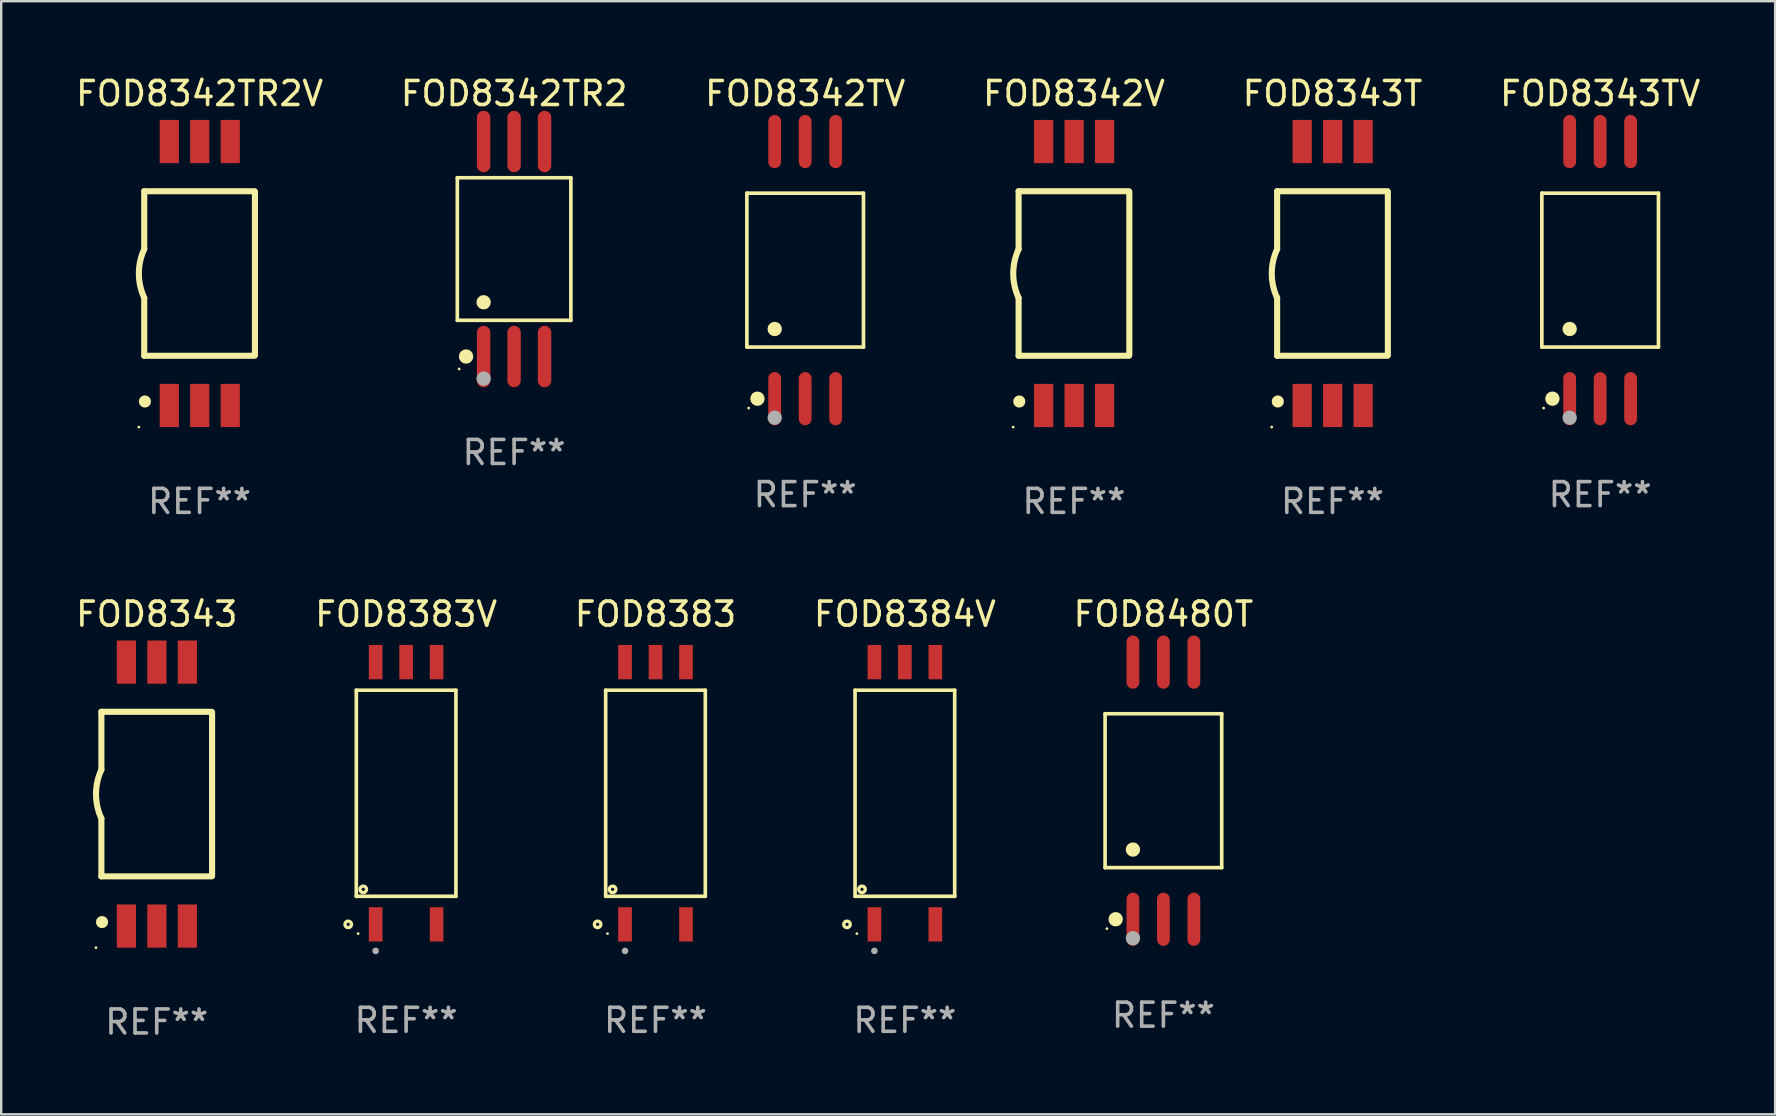
<source format=kicad_pcb>
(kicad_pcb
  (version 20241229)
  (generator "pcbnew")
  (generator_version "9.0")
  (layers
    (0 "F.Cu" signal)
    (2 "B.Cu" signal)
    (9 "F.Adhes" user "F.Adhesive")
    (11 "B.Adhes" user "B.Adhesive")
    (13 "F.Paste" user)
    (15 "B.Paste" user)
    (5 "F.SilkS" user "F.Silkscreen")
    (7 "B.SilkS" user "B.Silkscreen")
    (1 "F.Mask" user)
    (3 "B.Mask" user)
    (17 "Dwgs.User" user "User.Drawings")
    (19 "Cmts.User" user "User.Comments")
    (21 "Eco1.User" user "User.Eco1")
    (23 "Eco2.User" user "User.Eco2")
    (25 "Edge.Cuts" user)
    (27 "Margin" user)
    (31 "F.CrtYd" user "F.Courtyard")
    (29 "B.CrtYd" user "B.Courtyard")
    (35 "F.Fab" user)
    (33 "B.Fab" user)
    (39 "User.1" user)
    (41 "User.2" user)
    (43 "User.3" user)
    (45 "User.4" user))
  (footprint "FOD8342TV"
    (layer "F.Cu")
    (at 30.506 8.207)
    (property "Reference" "FOD8342TV" (at 0 -7.358 0) (layer "F.SilkS") (effects (font (size 1 1) (thickness 0.15))))
    (attr through_hole)
    (fp_line (start -2.43 -3.207) (end 2.43 -3.207) (stroke (width 0.152) (type solid)) (layer "F.SilkS"))
    (fp_line (start -2.43 3.207) (end -2.43 -3.207) (stroke (width 0.152) (type solid)) (layer "F.SilkS"))
    (fp_line (start 2.43 -3.207) (end 2.43 3.207) (stroke (width 0.152) (type solid)) (layer "F.SilkS"))
    (fp_line (start 2.43 3.207) (end -2.43 3.207) (stroke (width 0.152) (type solid)) (layer "F.SilkS"))
    (fp_circle (center -2.354 5.75) (end -2.324 5.75) (stroke (width 0.06) (type solid)) (fill no) (layer "F.SilkS"))
    (fp_circle (center -1.989 5.358) (end -1.839 5.358) (stroke (width 0.3) (type solid)) (fill no) (layer "F.SilkS"))
    (fp_circle (center -1.27 2.454) (end -1.12 2.454) (stroke (width 0.3) (type solid)) (fill no) (layer "F.SilkS"))
    (fp_circle (center -1.27 6.15) (end -1.12 6.15) (stroke (width 0.3) (type solid)) (fill no) (layer "F.Fab"))
    (fp_text user "REF**" (at 0 9.358 0) (layer "F.Fab") (effects (font (size 1 1) (thickness 0.15))))
    (pad "1" smd oval (at -1.27 5.358) (size 0.533 2.217) (layers "F.Cu" "F.Mask" "F.Paste"))
    (pad "2" smd oval (at 0 5.358) (size 0.533 2.217) (layers "F.Cu" "F.Mask" "F.Paste"))
    (pad "3" smd oval (at 1.27 5.358) (size 0.533 2.217) (layers "F.Cu" "F.Mask" "F.Paste"))
    (pad "4" smd oval (at 1.27 -5.358) (size 0.533 2.217) (layers "F.Cu" "F.Mask" "F.Paste"))
    (pad "5" smd oval (at 0 -5.358) (size 0.533 2.217) (layers "F.Cu" "F.Mask" "F.Paste"))
    (pad "6" smd oval (at -1.27 -5.358) (size 0.533 2.217) (layers "F.Cu" "F.Mask" "F.Paste")))
  (footprint "FOD8343"
    (layer "F.Cu")
    (at 3.482 30.044)
    (property "Reference" "FOD8343" (at 0 -7.5 0) (layer "F.SilkS") (effects (font (size 1 1) (thickness 0.15))))
    (attr through_hole)
    (fp_line (start -2.307 -3.429) (end -2.307 -1.016) (stroke (width 0.254) (type solid)) (layer "F.SilkS"))
    (fp_line (start -2.307 -3.429) (end 2.293 -3.429) (stroke (width 0.254) (type solid)) (layer "F.SilkS"))
    (fp_line (start -2.307 3.429) (end -2.307 1.016) (stroke (width 0.254) (type solid)) (layer "F.SilkS"))
    (fp_line (start 2.293 3.429) (end -2.307 3.429) (stroke (width 0.254) (type solid)) (layer "F.SilkS"))
    (fp_line (start 2.307 -3.4) (end 2.307 3.4) (stroke (width 0.254) (type solid)) (layer "F.SilkS"))
    (fp_arc (start -2.306973 1.016002) (mid -2.53069 0.000003) (end -2.306998 -1.016002) (stroke (width 0.254001) (type solid)) (layer "F.SilkS"))
    (fp_circle (center -2.533 6.4) (end -2.503 6.4) (stroke (width 0.06) (type solid)) (fill no) (layer "F.SilkS"))
    (fp_circle (center -2.279 5.334) (end -2.152 5.334) (stroke (width 0.254) (type solid)) (fill no) (layer "F.SilkS"))
    (fp_text user "REF**" (at 0 9.5 0) (layer "F.Fab") (effects (font (size 1 1) (thickness 0.15))))
    (pad "1" smd rect (at -1.263 5.5 180) (size 0.8 1.8) (layers "F.Cu" "F.Mask" "F.Paste"))
    (pad "2" smd rect (at 0.007 5.5 180) (size 0.8 1.8) (layers "F.Cu" "F.Mask" "F.Paste"))
    (pad "3" smd rect (at 1.277 5.5 180) (size 0.8 1.8) (layers "F.Cu" "F.Mask" "F.Paste"))
    (pad "4" smd rect (at 1.277 -5.5 180) (size 0.8 1.8) (layers "F.Cu" "F.Mask" "F.Paste"))
    (pad "5" smd rect (at 0.007 -5.5 180) (size 0.8 1.8) (layers "F.Cu" "F.Mask" "F.Paste"))
    (pad "6" smd rect (at -1.263 -5.5 180) (size 0.8 1.8) (layers "F.Cu" "F.Mask" "F.Paste")))
  (footprint "FOD8480T"
    (layer "F.Cu")
    (at 45.435 29.902)
    (property "Reference" "FOD8480T" (at 0 -7.358 0) (layer "F.SilkS") (effects (font (size 1 1) (thickness 0.15))))
    (attr through_hole)
    (fp_line (start -2.43 -3.207) (end 2.43 -3.207) (stroke (width 0.152) (type solid)) (layer "F.SilkS"))
    (fp_line (start -2.43 3.207) (end -2.43 -3.207) (stroke (width 0.152) (type solid)) (layer "F.SilkS"))
    (fp_line (start 2.43 -3.207) (end 2.43 3.207) (stroke (width 0.152) (type solid)) (layer "F.SilkS"))
    (fp_line (start 2.43 3.207) (end -2.43 3.207) (stroke (width 0.152) (type solid)) (layer "F.SilkS"))
    (fp_circle (center -2.354 5.75) (end -2.324 5.75) (stroke (width 0.06) (type solid)) (fill no) (layer "F.SilkS"))
    (fp_circle (center -1.989 5.358) (end -1.839 5.358) (stroke (width 0.3) (type solid)) (fill no) (layer "F.SilkS"))
    (fp_circle (center -1.27 2.454) (end -1.12 2.454) (stroke (width 0.3) (type solid)) (fill no) (layer "F.SilkS"))
    (fp_circle (center -1.27 6.15) (end -1.12 6.15) (stroke (width 0.3) (type solid)) (fill no) (layer "F.Fab"))
    (fp_text user "REF**" (at 0 9.358 0) (layer "F.Fab") (effects (font (size 1 1) (thickness 0.15))))
    (pad "1" smd oval (at -1.27 5.358) (size 0.533 2.217) (layers "F.Cu" "F.Mask" "F.Paste"))
    (pad "2" smd oval (at 0 5.358) (size 0.533 2.217) (layers "F.Cu" "F.Mask" "F.Paste"))
    (pad "3" smd oval (at 1.27 5.358) (size 0.533 2.217) (layers "F.Cu" "F.Mask" "F.Paste"))
    (pad "4" smd oval (at 1.27 -5.358) (size 0.533 2.217) (layers "F.Cu" "F.Mask" "F.Paste"))
    (pad "5" smd oval (at 0 -5.358) (size 0.533 2.217) (layers "F.Cu" "F.Mask" "F.Paste"))
    (pad "6" smd oval (at -1.27 -5.358) (size 0.533 2.217) (layers "F.Cu" "F.Mask" "F.Paste")))
  (footprint "FOD8343TV"
    (layer "F.Cu")
    (at 63.637 8.207)
    (property "Reference" "FOD8343TV" (at 0 -7.358 0) (layer "F.SilkS") (effects (font (size 1 1) (thickness 0.15))))
    (attr through_hole)
    (fp_line (start -2.43 -3.207) (end 2.43 -3.207) (stroke (width 0.152) (type solid)) (layer "F.SilkS"))
    (fp_line (start -2.43 3.207) (end -2.43 -3.207) (stroke (width 0.152) (type solid)) (layer "F.SilkS"))
    (fp_line (start 2.43 -3.207) (end 2.43 3.207) (stroke (width 0.152) (type solid)) (layer "F.SilkS"))
    (fp_line (start 2.43 3.207) (end -2.43 3.207) (stroke (width 0.152) (type solid)) (layer "F.SilkS"))
    (fp_circle (center -2.354 5.75) (end -2.324 5.75) (stroke (width 0.06) (type solid)) (fill no) (layer "F.SilkS"))
    (fp_circle (center -1.989 5.358) (end -1.839 5.358) (stroke (width 0.3) (type solid)) (fill no) (layer "F.SilkS"))
    (fp_circle (center -1.27 2.454) (end -1.12 2.454) (stroke (width 0.3) (type solid)) (fill no) (layer "F.SilkS"))
    (fp_circle (center -1.27 6.15) (end -1.12 6.15) (stroke (width 0.3) (type solid)) (fill no) (layer "F.Fab"))
    (fp_text user "REF**" (at 0 9.358 0) (layer "F.Fab") (effects (font (size 1 1) (thickness 0.15))))
    (pad "1" smd oval (at -1.27 5.358) (size 0.533 2.217) (layers "F.Cu" "F.Mask" "F.Paste"))
    (pad "2" smd oval (at 0 5.358) (size 0.533 2.217) (layers "F.Cu" "F.Mask" "F.Paste"))
    (pad "3" smd oval (at 1.27 5.358) (size 0.533 2.217) (layers "F.Cu" "F.Mask" "F.Paste"))
    (pad "4" smd oval (at 1.27 -5.358) (size 0.533 2.217) (layers "F.Cu" "F.Mask" "F.Paste"))
    (pad "5" smd oval (at 0 -5.358) (size 0.533 2.217) (layers "F.Cu" "F.Mask" "F.Paste"))
    (pad "6" smd oval (at -1.27 -5.358) (size 0.533 2.217) (layers "F.Cu" "F.Mask" "F.Paste")))
  (footprint "FOD8384V"
    (layer "F.Cu")
    (at 34.661 30.009)
    (property "Reference" "FOD8384V" (at 0 -7.465 0) (layer "F.SilkS") (effects (font (size 1 1) (thickness 0.15))))
    (attr through_hole)
    (fp_line (start -2.076 -4.295) (end 2.076 -4.295) (stroke (width 0.152) (type solid)) (layer "F.SilkS"))
    (fp_line (start -2.076 4.295) (end -2.076 -4.295) (stroke (width 0.152) (type solid)) (layer "F.SilkS"))
    (fp_line (start 2.076 -4.295) (end 2.076 4.295) (stroke (width 0.152) (type solid)) (layer "F.SilkS"))
    (fp_line (start 2.076 4.295) (end -2.076 4.295) (stroke (width 0.152) (type solid)) (layer "F.SilkS"))
    (fp_circle (center -2.412 5.465) (end -2.344 5.465) (stroke (width 0.138) (type solid)) (fill no) (layer "F.SilkS"))
    (fp_circle (center -2 5.85) (end -1.97 5.85) (stroke (width 0.06) (type solid)) (fill no) (layer "F.SilkS"))
    (fp_circle (center -1.786 4.005) (end -1.718 4.005) (stroke (width 0.138) (type solid)) (fill no) (layer "F.SilkS"))
    (fp_circle (center -1.27 6.571) (end -1.201 6.571) (stroke (width 0.138) (type solid)) (fill no) (layer "F.Fab"))
    (fp_text user "REF**" (at 0 9.465 0) (layer "F.Fab") (effects (font (size 1 1) (thickness 0.15))))
    (pad "1" smd rect (at -1.27 5.465) (size 0.568 1.43) (layers "F.Cu" "F.Mask" "F.Paste"))
    (pad "3" smd rect (at 1.27 5.465) (size 0.568 1.43) (layers "F.Cu" "F.Mask" "F.Paste"))
    (pad "4" smd rect (at 1.27 -5.465) (size 0.568 1.43) (layers "F.Cu" "F.Mask" "F.Paste"))
    (pad "5" smd rect (at 0 -5.465) (size 0.568 1.43) (layers "F.Cu" "F.Mask" "F.Paste"))
    (pad "6" smd rect (at -1.27 -5.465) (size 0.568 1.43) (layers "F.Cu" "F.Mask" "F.Paste")))
  (footprint "FOD8383V"
    (layer "F.Cu")
    (at 13.875 30.009)
    (property "Reference" "FOD8383V" (at 0 -7.465 0) (layer "F.SilkS") (effects (font (size 1 1) (thickness 0.15))))
    (attr through_hole)
    (fp_line (start -2.076 -4.295) (end 2.076 -4.295) (stroke (width 0.152) (type solid)) (layer "F.SilkS"))
    (fp_line (start -2.076 4.295) (end -2.076 -4.295) (stroke (width 0.152) (type solid)) (layer "F.SilkS"))
    (fp_line (start 2.076 -4.295) (end 2.076 4.295) (stroke (width 0.152) (type solid)) (layer "F.SilkS"))
    (fp_line (start 2.076 4.295) (end -2.076 4.295) (stroke (width 0.152) (type solid)) (layer "F.SilkS"))
    (fp_circle (center -2.412 5.465) (end -2.344 5.465) (stroke (width 0.138) (type solid)) (fill no) (layer "F.SilkS"))
    (fp_circle (center -2 5.85) (end -1.97 5.85) (stroke (width 0.06) (type solid)) (fill no) (layer "F.SilkS"))
    (fp_circle (center -1.786 4.005) (end -1.718 4.005) (stroke (width 0.138) (type solid)) (fill no) (layer "F.SilkS"))
    (fp_circle (center -1.27 6.571) (end -1.201 6.571) (stroke (width 0.138) (type solid)) (fill no) (layer "F.Fab"))
    (fp_text user "REF**" (at 0 9.465 0) (layer "F.Fab") (effects (font (size 1 1) (thickness 0.15))))
    (pad "1" smd rect (at -1.27 5.465) (size 0.568 1.43) (layers "F.Cu" "F.Mask" "F.Paste"))
    (pad "3" smd rect (at 1.27 5.465) (size 0.568 1.43) (layers "F.Cu" "F.Mask" "F.Paste"))
    (pad "4" smd rect (at 1.27 -5.465) (size 0.568 1.43) (layers "F.Cu" "F.Mask" "F.Paste"))
    (pad "5" smd rect (at 0 -5.465) (size 0.568 1.43) (layers "F.Cu" "F.Mask" "F.Paste"))
    (pad "6" smd rect (at -1.27 -5.465) (size 0.568 1.43) (layers "F.Cu" "F.Mask" "F.Paste")))
  (footprint "FOD8342TR2"
    (layer "F.Cu")
    (at 18.375 7.328)
    (property "Reference" "FOD8342TR2" (at 0 -6.48 0) (layer "F.SilkS") (effects (font (size 1 1) (thickness 0.15))))
    (attr through_hole)
    (fp_line (start -2.366 -2.971) (end 2.366 -2.971) (stroke (width 0.152) (type solid)) (layer "F.SilkS"))
    (fp_line (start -2.366 2.971) (end -2.366 -2.971) (stroke (width 0.152) (type solid)) (layer "F.SilkS"))
    (fp_line (start 2.366 -2.971) (end 2.366 2.971) (stroke (width 0.152) (type solid)) (layer "F.SilkS"))
    (fp_line (start 2.366 2.971) (end -2.366 2.971) (stroke (width 0.152) (type solid)) (layer "F.SilkS"))
    (fp_circle (center -2.29 5) (end -2.26 5) (stroke (width 0.06) (type solid)) (fill no) (layer "F.SilkS"))
    (fp_circle (center -2.002 4.48) (end -1.852 4.48) (stroke (width 0.3) (type solid)) (fill no) (layer "F.SilkS"))
    (fp_circle (center -1.27 2.219) (end -1.12 2.219) (stroke (width 0.3) (type solid)) (fill no) (layer "F.SilkS"))
    (fp_circle (center -1.27 5.4) (end -1.12 5.4) (stroke (width 0.3) (type solid)) (fill no) (layer "F.Fab"))
    (fp_text user "REF**" (at 0 8.48 0) (layer "F.Fab") (effects (font (size 1 1) (thickness 0.15))))
    (pad "1" smd oval (at -1.27 4.48) (size 0.56 2.56) (layers "F.Cu" "F.Mask" "F.Paste"))
    (pad "2" smd oval (at 0 4.48) (size 0.56 2.56) (layers "F.Cu" "F.Mask" "F.Paste"))
    (pad "3" smd oval (at 1.27 4.48) (size 0.56 2.56) (layers "F.Cu" "F.Mask" "F.Paste"))
    (pad "4" smd oval (at 1.27 -4.48) (size 0.56 2.56) (layers "F.Cu" "F.Mask" "F.Paste"))
    (pad "5" smd oval (at 0 -4.48) (size 0.56 2.56) (layers "F.Cu" "F.Mask" "F.Paste"))
    (pad "6" smd oval (at -1.27 -4.48) (size 0.56 2.56) (layers "F.Cu" "F.Mask" "F.Paste")))
  (footprint "FOD8343T"
    (layer "F.Cu")
    (at 52.482 8.348)
    (property "Reference" "FOD8343T" (at 0 -7.5 0) (layer "F.SilkS") (effects (font (size 1 1) (thickness 0.15))))
    (attr through_hole)
    (fp_line (start -2.307 -3.429) (end -2.307 -1.016) (stroke (width 0.254) (type solid)) (layer "F.SilkS"))
    (fp_line (start -2.307 -3.429) (end 2.293 -3.429) (stroke (width 0.254) (type solid)) (layer "F.SilkS"))
    (fp_line (start -2.307 3.429) (end -2.307 1.016) (stroke (width 0.254) (type solid)) (layer "F.SilkS"))
    (fp_line (start 2.293 3.429) (end -2.307 3.429) (stroke (width 0.254) (type solid)) (layer "F.SilkS"))
    (fp_line (start 2.307 -3.4) (end 2.307 3.4) (stroke (width 0.254) (type solid)) (layer "F.SilkS"))
    (fp_arc (start -2.306973 1.016002) (mid -2.53069 0.000003) (end -2.306998 -1.016002) (stroke (width 0.254001) (type solid)) (layer "F.SilkS"))
    (fp_circle (center -2.533 6.4) (end -2.503 6.4) (stroke (width 0.06) (type solid)) (fill no) (layer "F.SilkS"))
    (fp_circle (center -2.279 5.334) (end -2.152 5.334) (stroke (width 0.254) (type solid)) (fill no) (layer "F.SilkS"))
    (fp_text user "REF**" (at 0 9.5 0) (layer "F.Fab") (effects (font (size 1 1) (thickness 0.15))))
    (pad "1" smd rect (at -1.263 5.5 180) (size 0.8 1.8) (layers "F.Cu" "F.Mask" "F.Paste"))
    (pad "2" smd rect (at 0.007 5.5 180) (size 0.8 1.8) (layers "F.Cu" "F.Mask" "F.Paste"))
    (pad "3" smd rect (at 1.277 5.5 180) (size 0.8 1.8) (layers "F.Cu" "F.Mask" "F.Paste"))
    (pad "4" smd rect (at 1.277 -5.5 180) (size 0.8 1.8) (layers "F.Cu" "F.Mask" "F.Paste"))
    (pad "5" smd rect (at 0.007 -5.5 180) (size 0.8 1.8) (layers "F.Cu" "F.Mask" "F.Paste"))
    (pad "6" smd rect (at -1.263 -5.5 180) (size 0.8 1.8) (layers "F.Cu" "F.Mask" "F.Paste")))
  (footprint "FOD8342TR2V"
    (layer "F.Cu")
    (at 5.268 8.348)
    (property "Reference" "FOD8342TR2V" (at 0 -7.5 0) (layer "F.SilkS") (effects (font (size 1 1) (thickness 0.15))))
    (attr through_hole)
    (fp_line (start -2.307 -3.429) (end -2.307 -1.016) (stroke (width 0.254) (type solid)) (layer "F.SilkS"))
    (fp_line (start -2.307 -3.429) (end 2.293 -3.429) (stroke (width 0.254) (type solid)) (layer "F.SilkS"))
    (fp_line (start -2.307 3.429) (end -2.307 1.016) (stroke (width 0.254) (type solid)) (layer "F.SilkS"))
    (fp_line (start 2.293 3.429) (end -2.307 3.429) (stroke (width 0.254) (type solid)) (layer "F.SilkS"))
    (fp_line (start 2.307 -3.4) (end 2.307 3.4) (stroke (width 0.254) (type solid)) (layer "F.SilkS"))
    (fp_arc (start -2.306973 1.016002) (mid -2.53069 0.000003) (end -2.306998 -1.016002) (stroke (width 0.254001) (type solid)) (layer "F.SilkS"))
    (fp_circle (center -2.533 6.4) (end -2.503 6.4) (stroke (width 0.06) (type solid)) (fill no) (layer "F.SilkS"))
    (fp_circle (center -2.279 5.334) (end -2.152 5.334) (stroke (width 0.254) (type solid)) (fill no) (layer "F.SilkS"))
    (fp_text user "REF**" (at 0 9.5 0) (layer "F.Fab") (effects (font (size 1 1) (thickness 0.15))))
    (pad "1" smd rect (at -1.263 5.5 180) (size 0.8 1.8) (layers "F.Cu" "F.Mask" "F.Paste"))
    (pad "2" smd rect (at 0.007 5.5 180) (size 0.8 1.8) (layers "F.Cu" "F.Mask" "F.Paste"))
    (pad "3" smd rect (at 1.277 5.5 180) (size 0.8 1.8) (layers "F.Cu" "F.Mask" "F.Paste"))
    (pad "4" smd rect (at 1.277 -5.5 180) (size 0.8 1.8) (layers "F.Cu" "F.Mask" "F.Paste"))
    (pad "5" smd rect (at 0.007 -5.5 180) (size 0.8 1.8) (layers "F.Cu" "F.Mask" "F.Paste"))
    (pad "6" smd rect (at -1.263 -5.5 180) (size 0.8 1.8) (layers "F.Cu" "F.Mask" "F.Paste")))
  (footprint "FOD8342V"
    (layer "F.Cu")
    (at 41.708 8.348)
    (property "Reference" "FOD8342V" (at 0 -7.5 0) (layer "F.SilkS") (effects (font (size 1 1) (thickness 0.15))))
    (attr through_hole)
    (fp_line (start -2.307 -3.429) (end -2.307 -1.016) (stroke (width 0.254) (type solid)) (layer "F.SilkS"))
    (fp_line (start -2.307 -3.429) (end 2.293 -3.429) (stroke (width 0.254) (type solid)) (layer "F.SilkS"))
    (fp_line (start -2.307 3.429) (end -2.307 1.016) (stroke (width 0.254) (type solid)) (layer "F.SilkS"))
    (fp_line (start 2.293 3.429) (end -2.307 3.429) (stroke (width 0.254) (type solid)) (layer "F.SilkS"))
    (fp_line (start 2.307 -3.4) (end 2.307 3.4) (stroke (width 0.254) (type solid)) (layer "F.SilkS"))
    (fp_arc (start -2.306973 1.016002) (mid -2.53069 0.000003) (end -2.306998 -1.016002) (stroke (width 0.254001) (type solid)) (layer "F.SilkS"))
    (fp_circle (center -2.533 6.4) (end -2.503 6.4) (stroke (width 0.06) (type solid)) (fill no) (layer "F.SilkS"))
    (fp_circle (center -2.279 5.334) (end -2.152 5.334) (stroke (width 0.254) (type solid)) (fill no) (layer "F.SilkS"))
    (fp_text user "REF**" (at 0 9.5 0) (layer "F.Fab") (effects (font (size 1 1) (thickness 0.15))))
    (pad "1" smd rect (at -1.263 5.5 180) (size 0.8 1.8) (layers "F.Cu" "F.Mask" "F.Paste"))
    (pad "2" smd rect (at 0.007 5.5 180) (size 0.8 1.8) (layers "F.Cu" "F.Mask" "F.Paste"))
    (pad "3" smd rect (at 1.277 5.5 180) (size 0.8 1.8) (layers "F.Cu" "F.Mask" "F.Paste"))
    (pad "4" smd rect (at 1.277 -5.5 180) (size 0.8 1.8) (layers "F.Cu" "F.Mask" "F.Paste"))
    (pad "5" smd rect (at 0.007 -5.5 180) (size 0.8 1.8) (layers "F.Cu" "F.Mask" "F.Paste"))
    (pad "6" smd rect (at -1.263 -5.5 180) (size 0.8 1.8) (layers "F.Cu" "F.Mask" "F.Paste")))
  (footprint "FOD8383"
    (layer "F.Cu")
    (at 24.268 30.009)
    (property "Reference" "FOD8383" (at 0 -7.465 0) (layer "F.SilkS") (effects (font (size 1 1) (thickness 0.15))))
    (attr through_hole)
    (fp_line (start -2.076 -4.295) (end 2.076 -4.295) (stroke (width 0.152) (type solid)) (layer "F.SilkS"))
    (fp_line (start -2.076 4.295) (end -2.076 -4.295) (stroke (width 0.152) (type solid)) (layer "F.SilkS"))
    (fp_line (start 2.076 -4.295) (end 2.076 4.295) (stroke (width 0.152) (type solid)) (layer "F.SilkS"))
    (fp_line (start 2.076 4.295) (end -2.076 4.295) (stroke (width 0.152) (type solid)) (layer "F.SilkS"))
    (fp_circle (center -2.412 5.465) (end -2.344 5.465) (stroke (width 0.138) (type solid)) (fill no) (layer "F.SilkS"))
    (fp_circle (center -2 5.85) (end -1.97 5.85) (stroke (width 0.06) (type solid)) (fill no) (layer "F.SilkS"))
    (fp_circle (center -1.786 4.005) (end -1.718 4.005) (stroke (width 0.138) (type solid)) (fill no) (layer "F.SilkS"))
    (fp_circle (center -1.27 6.571) (end -1.201 6.571) (stroke (width 0.138) (type solid)) (fill no) (layer "F.Fab"))
    (fp_text user "REF**" (at 0 9.465 0) (layer "F.Fab") (effects (font (size 1 1) (thickness 0.15))))
    (pad "1" smd rect (at -1.27 5.465) (size 0.568 1.43) (layers "F.Cu" "F.Mask" "F.Paste"))
    (pad "3" smd rect (at 1.27 5.465) (size 0.568 1.43) (layers "F.Cu" "F.Mask" "F.Paste"))
    (pad "4" smd rect (at 1.27 -5.465) (size 0.568 1.43) (layers "F.Cu" "F.Mask" "F.Paste"))
    (pad "5" smd rect (at 0 -5.465) (size 0.568 1.43) (layers "F.Cu" "F.Mask" "F.Paste"))
    (pad "6" smd rect (at -1.27 -5.465) (size 0.568 1.43) (layers "F.Cu" "F.Mask" "F.Paste")))
  (gr_rect
    (start -3 -3)
    (end 70.929 43.391)
    (stroke (width 0.1) (type default))
    (fill no)
    (layer "Edge.Cuts")))
</source>
